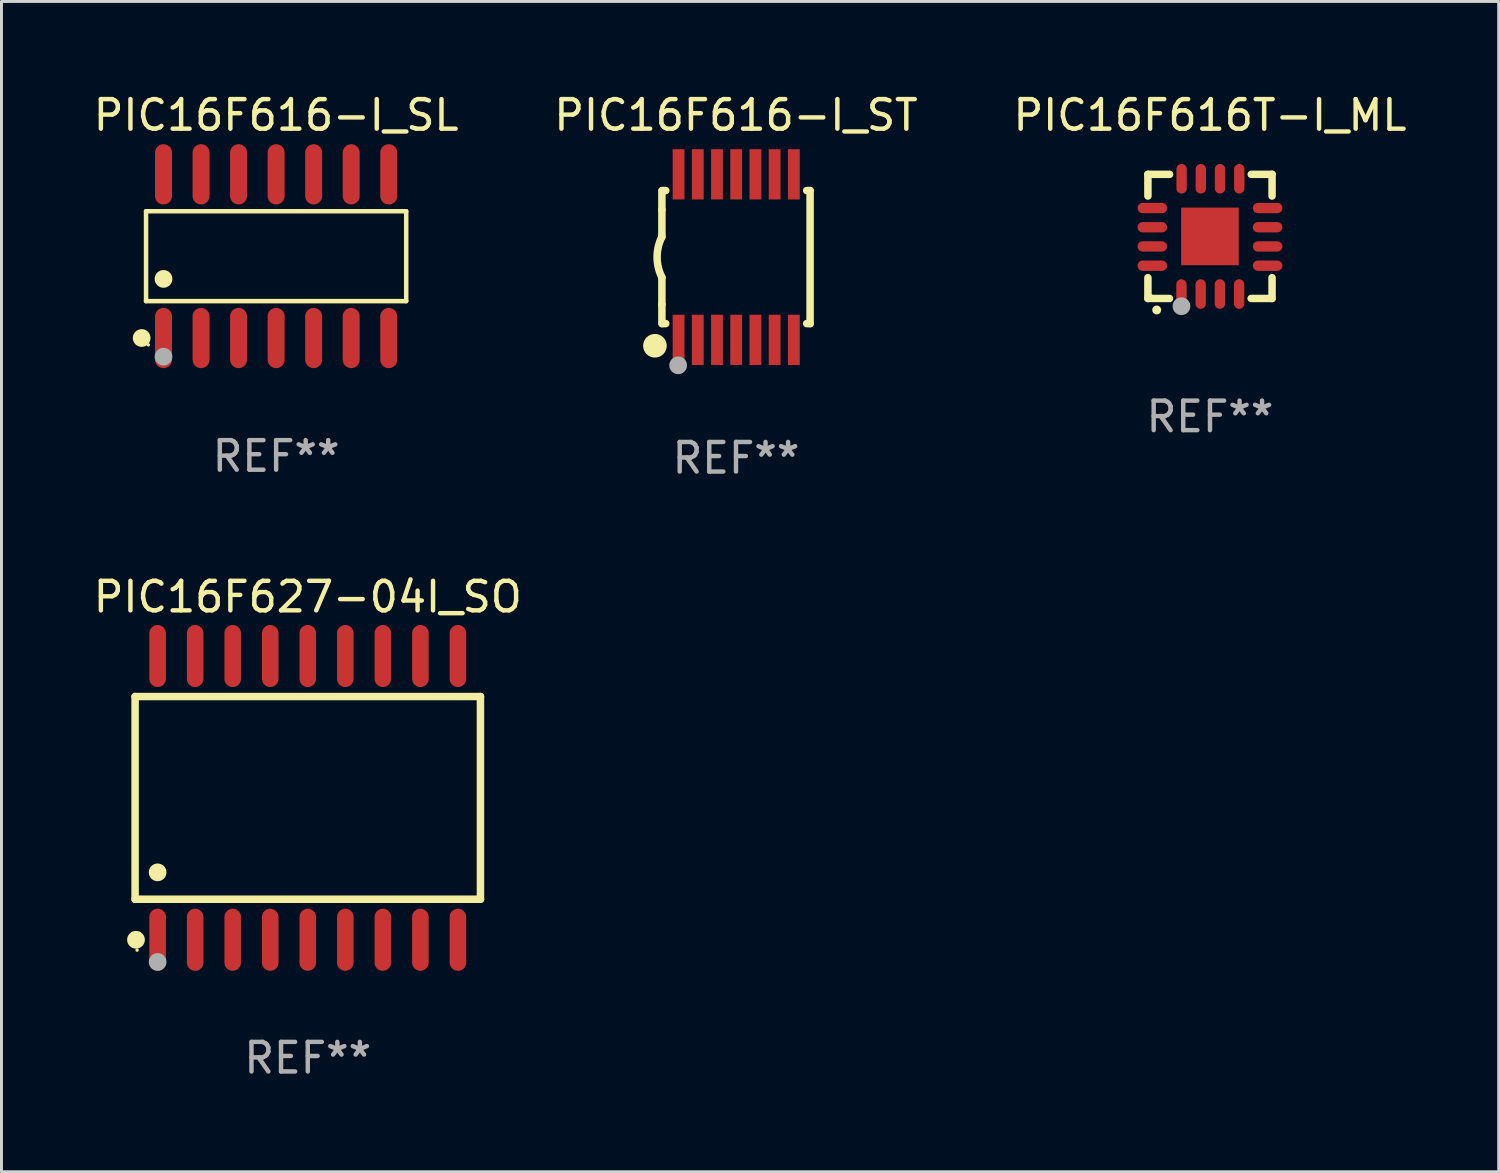
<source format=kicad_pcb>
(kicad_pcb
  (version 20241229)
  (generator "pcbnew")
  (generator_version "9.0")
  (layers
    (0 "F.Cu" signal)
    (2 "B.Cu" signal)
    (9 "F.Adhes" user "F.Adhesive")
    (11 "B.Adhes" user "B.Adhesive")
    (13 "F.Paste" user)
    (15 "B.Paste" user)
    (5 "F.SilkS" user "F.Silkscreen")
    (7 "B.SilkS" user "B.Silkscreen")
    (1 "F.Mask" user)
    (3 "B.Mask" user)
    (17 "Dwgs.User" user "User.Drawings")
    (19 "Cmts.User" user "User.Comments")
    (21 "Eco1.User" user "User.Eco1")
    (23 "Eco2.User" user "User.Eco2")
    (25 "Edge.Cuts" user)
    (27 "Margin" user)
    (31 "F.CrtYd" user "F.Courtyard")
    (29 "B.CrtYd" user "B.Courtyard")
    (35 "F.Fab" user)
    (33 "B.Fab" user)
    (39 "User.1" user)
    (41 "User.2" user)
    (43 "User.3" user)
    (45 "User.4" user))
  (footprint "PIC16F616-I_ST"
    (layer "F.Cu")
    (at 21.851 5.648)
    (property "Reference" "PIC16F616-I_ST" (at 0 -4.8 0) (layer "F.SilkS") (effects (font (size 1 1) (thickness 0.15))))
    (attr through_hole)
    (fp_line (start -2.507 -1.6) (end -2.507 -2.25) (stroke (width 0.254) (type solid)) (layer "F.SilkS"))
    (fp_line (start -2.507 -0.686) (end -2.507 -1.6) (stroke (width 0.254) (type solid)) (layer "F.SilkS"))
    (fp_line (start -2.507 1.6) (end -2.507 0.686) (stroke (width 0.254) (type solid)) (layer "F.SilkS"))
    (fp_line (start -2.507 1.6) (end -2.507 2.25) (stroke (width 0.254) (type solid)) (layer "F.SilkS"))
    (fp_line (start -2.493 -2.25) (end -2.377 -2.25) (stroke (width 0.254) (type solid)) (layer "F.SilkS"))
    (fp_line (start -2.377 2.25) (end -2.493 2.25) (stroke (width 0.254) (type solid)) (layer "F.SilkS"))
    (fp_line (start 2.392 -2.25) (end 2.507 -2.25) (stroke (width 0.254) (type solid)) (layer "F.SilkS"))
    (fp_line (start 2.507 -2.25) (end 2.507 2.25) (stroke (width 0.254) (type solid)) (layer "F.SilkS"))
    (fp_line (start 2.507 2.25) (end 2.392 2.25) (stroke (width 0.254) (type solid)) (layer "F.SilkS"))
    (fp_arc (start -2.507303 0.685802) (mid -2.669199 0) (end -2.507303 -0.685801) (stroke (width 0.254001) (type solid)) (layer "F.SilkS"))
    (fp_circle (center -2.743 3) (end -2.543 3) (stroke (width 0.4) (type solid)) (fill no) (layer "F.SilkS"))
    (fp_circle (center -2.493 3.2) (end -2.463 3.2) (stroke (width 0.06) (type solid)) (fill no) (layer "F.SilkS"))
    (fp_circle (center -1.957 3.662) (end -1.807 3.662) (stroke (width 0.3) (type solid)) (fill no) (layer "F.Fab"))
    (fp_text user "REF**" (at 0 6.8 0) (layer "F.Fab") (effects (font (size 1 1) (thickness 0.15))))
    (pad "1" smd rect (at -1.943 2.8) (size 0.4 1.7) (layers "F.Cu" "F.Mask" "F.Paste"))
    (pad "2" smd rect (at -1.293 2.8) (size 0.4 1.7) (layers "F.Cu" "F.Mask" "F.Paste"))
    (pad "3" smd rect (at -0.643 2.8) (size 0.4 1.7) (layers "F.Cu" "F.Mask" "F.Paste"))
    (pad "4" smd rect (at 0.007 2.8) (size 0.4 1.7) (layers "F.Cu" "F.Mask" "F.Paste"))
    (pad "5" smd rect (at 0.657 2.8) (size 0.4 1.7) (layers "F.Cu" "F.Mask" "F.Paste"))
    (pad "6" smd rect (at 1.307 2.8) (size 0.4 1.7) (layers "F.Cu" "F.Mask" "F.Paste"))
    (pad "7" smd rect (at 1.957 2.8) (size 0.4 1.7) (layers "F.Cu" "F.Mask" "F.Paste"))
    (pad "8" smd rect (at 1.957 -2.8) (size 0.4 1.7) (layers "F.Cu" "F.Mask" "F.Paste"))
    (pad "9" smd rect (at 1.307 -2.8) (size 0.4 1.7) (layers "F.Cu" "F.Mask" "F.Paste"))
    (pad "10" smd rect (at 0.657 -2.8) (size 0.4 1.7) (layers "F.Cu" "F.Mask" "F.Paste"))
    (pad "11" smd rect (at 0.007 -2.8) (size 0.4 1.7) (layers "F.Cu" "F.Mask" "F.Paste"))
    (pad "12" smd rect (at -0.643 -2.8) (size 0.4 1.7) (layers "F.Cu" "F.Mask" "F.Paste"))
    (pad "13" smd rect (at -1.293 -2.8) (size 0.4 1.7) (layers "F.Cu" "F.Mask" "F.Paste"))
    (pad "14" smd rect (at -1.943 -2.8) (size 0.4 1.7) (layers "F.Cu" "F.Mask" "F.Paste")))
  (footprint "PIC16F616-I_SL"
    (layer "F.Cu")
    (at 6.292 5.617)
    (property "Reference" "PIC16F616-I_SL" (at 0 -4.769 0) (layer "F.SilkS") (effects (font (size 1 1) (thickness 0.15))))
    (attr through_hole)
    (fp_line (start -4.401 -1.521) (end 4.401 -1.521) (stroke (width 0.152) (type solid)) (layer "F.SilkS"))
    (fp_line (start -4.401 1.521) (end -4.401 -1.521) (stroke (width 0.152) (type solid)) (layer "F.SilkS"))
    (fp_line (start 4.401 -1.521) (end 4.401 1.521) (stroke (width 0.152) (type solid)) (layer "F.SilkS"))
    (fp_line (start 4.401 1.521) (end -4.401 1.521) (stroke (width 0.152) (type solid)) (layer "F.SilkS"))
    (fp_circle (center -4.549 2.769) (end -4.399 2.769) (stroke (width 0.3) (type solid)) (fill no) (layer "F.SilkS"))
    (fp_circle (center -4.325 3) (end -4.295 3) (stroke (width 0.06) (type solid)) (fill no) (layer "F.SilkS"))
    (fp_circle (center -3.81 0.769) (end -3.66 0.769) (stroke (width 0.3) (type solid)) (fill no) (layer "F.SilkS"))
    (fp_circle (center -3.81 3.4) (end -3.66 3.4) (stroke (width 0.3) (type solid)) (fill no) (layer "F.Fab"))
    (fp_text user "REF**" (at 0 6.769 0) (layer "F.Fab") (effects (font (size 1 1) (thickness 0.15))))
    (pad "1" smd oval (at -3.81 2.769) (size 0.574 2.038) (layers "F.Cu" "F.Mask" "F.Paste"))
    (pad "2" smd oval (at -2.54 2.769) (size 0.574 2.038) (layers "F.Cu" "F.Mask" "F.Paste"))
    (pad "3" smd oval (at -1.27 2.769) (size 0.574 2.038) (layers "F.Cu" "F.Mask" "F.Paste"))
    (pad "4" smd oval (at 0 2.769) (size 0.574 2.038) (layers "F.Cu" "F.Mask" "F.Paste"))
    (pad "5" smd oval (at 1.27 2.769) (size 0.574 2.038) (layers "F.Cu" "F.Mask" "F.Paste"))
    (pad "6" smd oval (at 2.54 2.769) (size 0.574 2.038) (layers "F.Cu" "F.Mask" "F.Paste"))
    (pad "7" smd oval (at 3.81 2.769) (size 0.574 2.038) (layers "F.Cu" "F.Mask" "F.Paste"))
    (pad "8" smd oval (at 3.81 -2.769) (size 0.574 2.038) (layers "F.Cu" "F.Mask" "F.Paste"))
    (pad "9" smd oval (at 2.54 -2.769) (size 0.574 2.038) (layers "F.Cu" "F.Mask" "F.Paste"))
    (pad "10" smd oval (at 1.27 -2.769) (size 0.574 2.038) (layers "F.Cu" "F.Mask" "F.Paste"))
    (pad "11" smd oval (at 0 -2.769) (size 0.574 2.038) (layers "F.Cu" "F.Mask" "F.Paste"))
    (pad "12" smd oval (at -1.27 -2.769) (size 0.574 2.038) (layers "F.Cu" "F.Mask" "F.Paste"))
    (pad "13" smd oval (at -2.54 -2.769) (size 0.574 2.038) (layers "F.Cu" "F.Mask" "F.Paste"))
    (pad "14" smd oval (at -3.81 -2.769) (size 0.574 2.038) (layers "F.Cu" "F.Mask" "F.Paste")))
  (footprint "PIC16F616T-I_ML"
    (layer "F.Cu")
    (at 37.887 4.948)
    (property "Reference" "PIC16F616T-I_ML" (at 0 -4.1 0) (layer "F.SilkS") (effects (font (size 1 1) (thickness 0.15))))
    (attr through_hole)
    (fp_line (start -2.1 -2.1) (end -1.366 -2.1) (stroke (width 0.254) (type solid)) (layer "F.SilkS"))
    (fp_line (start -2.1 -1.366) (end -2.1 -2.1) (stroke (width 0.254) (type solid)) (layer "F.SilkS"))
    (fp_line (start -2.1 2.1) (end -2.1 1.397) (stroke (width 0.254) (type solid)) (layer "F.SilkS"))
    (fp_line (start -2.1 2.1) (end -1.371 2.1) (stroke (width 0.254) (type solid)) (layer "F.SilkS"))
    (fp_line (start 1.392 2.1) (end 2.1 2.1) (stroke (width 0.254) (type solid)) (layer "F.SilkS"))
    (fp_line (start 1.397 -2.1) (end 2.1 -2.1) (stroke (width 0.254) (type solid)) (layer "F.SilkS"))
    (fp_line (start 2.1 -1.366) (end 2.1 -2.1) (stroke (width 0.254) (type solid)) (layer "F.SilkS"))
    (fp_line (start 2.1 2.1) (end 2.1 1.397) (stroke (width 0.254) (type solid)) (layer "F.SilkS"))
    (fp_arc (start -1.803404 2.489205) (mid -1.802134 2.4892) (end -1.800864 2.489205) (stroke (width 0.3) (type solid)) (layer "F.SilkS"))
    (fp_circle (center -2 2) (end -1.97 2) (stroke (width 0.06) (type solid)) (fill no) (layer "F.SilkS"))
    (fp_circle (center -0.965 2.362) (end -0.815 2.362) (stroke (width 0.3) (type solid)) (fill no) (layer "F.Fab"))
    (fp_text user "REF**" (at 0 6.1 0) (layer "F.Fab") (effects (font (size 1 1) (thickness 0.15))))
    (pad "1" smd oval (at -0.965 1.95) (size 0.35 1) (layers "F.Cu" "F.Mask" "F.Paste"))
    (pad "2" smd oval (at -0.315 1.95) (size 0.35 1) (layers "F.Cu" "F.Mask" "F.Paste"))
    (pad "3" smd oval (at 0.335 1.95) (size 0.35 1) (layers "F.Cu" "F.Mask" "F.Paste"))
    (pad "4" smd oval (at 0.986 1.95) (size 0.35 1) (layers "F.Cu" "F.Mask" "F.Paste"))
    (pad "5" smd oval (at 1.95 0.991) (size 1 0.35) (layers "F.Cu" "F.Mask" "F.Paste"))
    (pad "6" smd oval (at 1.95 0.34) (size 1 0.35) (layers "F.Cu" "F.Mask" "F.Paste"))
    (pad "7" smd oval (at 1.95 -0.31) (size 1 0.35) (layers "F.Cu" "F.Mask" "F.Paste"))
    (pad "8" smd oval (at 1.95 -0.96) (size 1 0.35) (layers "F.Cu" "F.Mask" "F.Paste"))
    (pad "9" smd oval (at 0.991 -1.95) (size 0.35 1) (layers "F.Cu" "F.Mask" "F.Paste"))
    (pad "10" smd oval (at 0.34 -1.95) (size 0.35 1) (layers "F.Cu" "F.Mask" "F.Paste"))
    (pad "11" smd oval (at -0.31 -1.95) (size 0.35 1) (layers "F.Cu" "F.Mask" "F.Paste"))
    (pad "12" smd oval (at -0.96 -1.95) (size 0.35 1) (layers "F.Cu" "F.Mask" "F.Paste"))
    (pad "13" smd oval (at -1.95 -0.96) (size 1 0.35) (layers "F.Cu" "F.Mask" "F.Paste"))
    (pad "14" smd oval (at -1.95 -0.31) (size 1 0.35) (layers "F.Cu" "F.Mask" "F.Paste"))
    (pad "15" smd oval (at -1.95 0.34) (size 1 0.35) (layers "F.Cu" "F.Mask" "F.Paste"))
    (pad "16" smd oval (at -1.95 0.991) (size 1 0.35) (layers "F.Cu" "F.Mask" "F.Paste"))
    (pad "17" smd rect (at 0 0) (size 1.95 1.95) (layers "F.Cu" "F.Mask" "F.Paste")))
  (footprint "PIC16F627-04I_SO"
    (layer "F.Cu")
    (at 7.363 23.945)
    (property "Reference" "PIC16F627-04I_SO" (at 0 -6.8 0) (layer "F.SilkS") (effects (font (size 1 1) (thickness 0.15))))
    (attr through_hole)
    (fp_line (start -5.842 -3.429) (end -5.842 3.429) (stroke (width 0.254) (type solid)) (layer "F.SilkS"))
    (fp_line (start -5.842 3.429) (end 5.842 3.429) (stroke (width 0.254) (type solid)) (layer "F.SilkS"))
    (fp_line (start 5.842 -3.429) (end -5.842 -3.429) (stroke (width 0.254) (type solid)) (layer "F.SilkS"))
    (fp_line (start 5.842 3.429) (end 5.842 -3.429) (stroke (width 0.254) (type solid)) (layer "F.SilkS"))
    (fp_circle (center -5.812 4.8) (end -5.662 4.8) (stroke (width 0.3) (type solid)) (fill no) (layer "F.SilkS"))
    (fp_circle (center -5.775 5.15) (end -5.745 5.15) (stroke (width 0.06) (type solid)) (fill no) (layer "F.SilkS"))
    (fp_circle (center -5.08 2.519) (end -4.93 2.519) (stroke (width 0.3) (type solid)) (fill no) (layer "F.SilkS"))
    (fp_circle (center -5.08 5.55) (end -4.93 5.55) (stroke (width 0.3) (type solid)) (fill no) (layer "F.Fab"))
    (fp_text user "REF**" (at 0 8.8 0) (layer "F.Fab") (effects (font (size 1 1) (thickness 0.15))))
    (pad "1" smd oval (at -5.08 4.8) (size 0.56 2.1) (layers "F.Cu" "F.Mask" "F.Paste"))
    (pad "2" smd oval (at -3.81 4.8) (size 0.56 2.1) (layers "F.Cu" "F.Mask" "F.Paste"))
    (pad "3" smd oval (at -2.54 4.8) (size 0.56 2.1) (layers "F.Cu" "F.Mask" "F.Paste"))
    (pad "4" smd oval (at -1.27 4.8) (size 0.56 2.1) (layers "F.Cu" "F.Mask" "F.Paste"))
    (pad "5" smd oval (at 0 4.8) (size 0.56 2.1) (layers "F.Cu" "F.Mask" "F.Paste"))
    (pad "6" smd oval (at 1.27 4.8) (size 0.56 2.1) (layers "F.Cu" "F.Mask" "F.Paste"))
    (pad "7" smd oval (at 2.54 4.8) (size 0.56 2.1) (layers "F.Cu" "F.Mask" "F.Paste"))
    (pad "8" smd oval (at 3.81 4.8) (size 0.56 2.1) (layers "F.Cu" "F.Mask" "F.Paste"))
    (pad "9" smd oval (at 5.08 4.8) (size 0.56 2.1) (layers "F.Cu" "F.Mask" "F.Paste"))
    (pad "10" smd oval (at 5.08 -4.8) (size 0.56 2.1) (layers "F.Cu" "F.Mask" "F.Paste"))
    (pad "11" smd oval (at 3.81 -4.8) (size 0.56 2.1) (layers "F.Cu" "F.Mask" "F.Paste"))
    (pad "12" smd oval (at 2.54 -4.8) (size 0.56 2.1) (layers "F.Cu" "F.Mask" "F.Paste"))
    (pad "13" smd oval (at 1.27 -4.8) (size 0.56 2.1) (layers "F.Cu" "F.Mask" "F.Paste"))
    (pad "14" smd oval (at 0 -4.8) (size 0.56 2.1) (layers "F.Cu" "F.Mask" "F.Paste"))
    (pad "15" smd oval (at -1.27 -4.8) (size 0.56 2.1) (layers "F.Cu" "F.Mask" "F.Paste"))
    (pad "16" smd oval (at -2.54 -4.8) (size 0.56 2.1) (layers "F.Cu" "F.Mask" "F.Paste"))
    (pad "17" smd oval (at -3.81 -4.8) (size 0.56 2.1) (layers "F.Cu" "F.Mask" "F.Paste"))
    (pad "18" smd oval (at -5.08 -4.8) (size 0.56 2.1) (layers "F.Cu" "F.Mask" "F.Paste")))
  (gr_rect
    (start -3 -3)
    (end 47.655 36.593)
    (stroke (width 0.1) (type default))
    (fill no)
    (layer "Edge.Cuts")))
</source>
